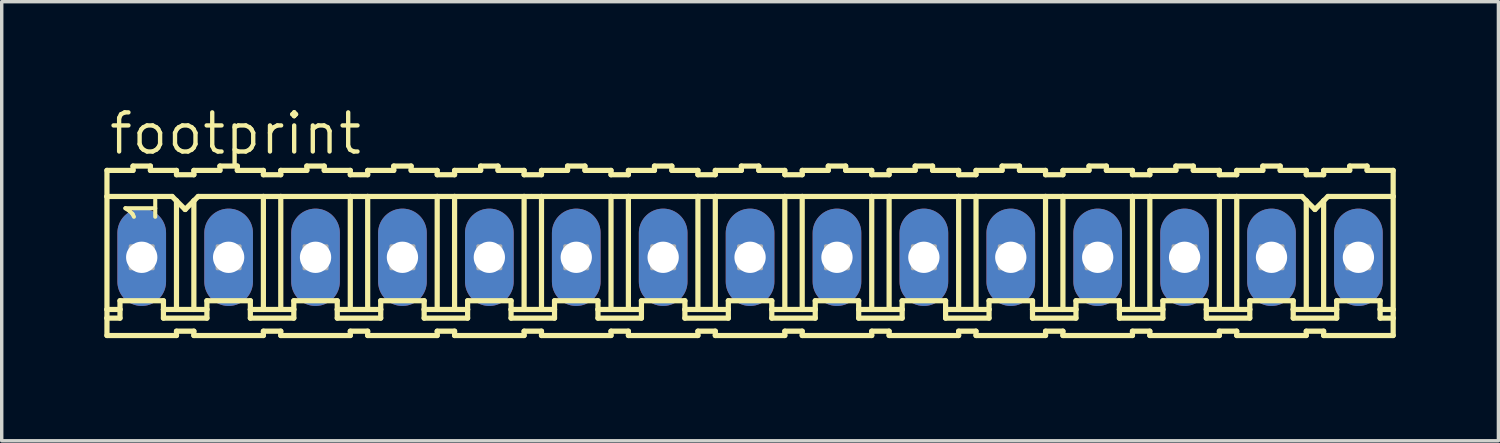
<source format=kicad_pcb>
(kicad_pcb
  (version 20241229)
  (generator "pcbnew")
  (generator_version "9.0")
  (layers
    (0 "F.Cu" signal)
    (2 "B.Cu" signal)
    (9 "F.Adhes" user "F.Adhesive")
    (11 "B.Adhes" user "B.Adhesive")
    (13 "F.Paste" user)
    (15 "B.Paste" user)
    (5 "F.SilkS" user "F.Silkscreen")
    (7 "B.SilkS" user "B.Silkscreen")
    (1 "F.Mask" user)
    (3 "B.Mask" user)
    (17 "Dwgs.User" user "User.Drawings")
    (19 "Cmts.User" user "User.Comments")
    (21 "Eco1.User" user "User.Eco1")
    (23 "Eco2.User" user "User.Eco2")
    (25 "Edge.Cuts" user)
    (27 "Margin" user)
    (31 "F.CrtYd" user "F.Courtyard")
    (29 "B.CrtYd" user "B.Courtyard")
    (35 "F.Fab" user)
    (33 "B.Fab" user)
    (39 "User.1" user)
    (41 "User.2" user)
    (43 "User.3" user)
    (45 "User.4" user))
  (footprint "footprint"
    (layer "F.Cu")
    (at 18.872 4.47)
    (property "Reference" "footprint" (at -18.796 -2.946 0) (layer "F.SilkS") (effects (font (size 1.143 1.143) (thickness 0.127)) (justify left bottom)))
    (fp_line (start -18.796 -2.54) (end -18.796 -1.778) (stroke (width 0.152) (type solid)) (layer "F.SilkS"))
    (fp_line (start -18.796 -2.54) (end -18.034 -2.54) (stroke (width 0.152) (type solid)) (layer "F.SilkS"))
    (fp_line (start -18.796 -1.778) (end -18.796 1.524) (stroke (width 0.152) (type solid)) (layer "F.SilkS"))
    (fp_line (start -18.796 1.524) (end -18.796 1.778) (stroke (width 0.152) (type solid)) (layer "F.SilkS"))
    (fp_line (start -18.796 1.778) (end -18.796 2.286) (stroke (width 0.152) (type solid)) (layer "F.SilkS"))
    (fp_line (start -18.796 1.778) (end -18.415 1.778) (stroke (width 0.152) (type solid)) (layer "F.SilkS"))
    (fp_line (start -18.415 1.27) (end -17.145 1.27) (stroke (width 0.152) (type solid)) (layer "F.SilkS"))
    (fp_line (start -18.415 1.524) (end -18.796 1.524) (stroke (width 0.152) (type solid)) (layer "F.SilkS"))
    (fp_line (start -18.415 1.524) (end -18.415 1.27) (stroke (width 0.152) (type solid)) (layer "F.SilkS"))
    (fp_line (start -18.415 1.778) (end -18.415 1.524) (stroke (width 0.152) (type solid)) (layer "F.SilkS"))
    (fp_line (start -18.034 -2.54) (end -18.034 -2.667) (stroke (width 0.152) (type solid)) (layer "F.SilkS"))
    (fp_line (start -17.526 -2.667) (end -18.034 -2.667) (stroke (width 0.152) (type solid)) (layer "F.SilkS"))
    (fp_line (start -17.526 -2.54) (end -17.526 -2.667) (stroke (width 0.152) (type solid)) (layer "F.SilkS"))
    (fp_line (start -17.145 1.524) (end -17.145 1.27) (stroke (width 0.152) (type solid)) (layer "F.SilkS"))
    (fp_line (start -17.145 1.524) (end -16.764 1.524) (stroke (width 0.152) (type solid)) (layer "F.SilkS"))
    (fp_line (start -17.145 1.778) (end -17.145 1.524) (stroke (width 0.152) (type solid)) (layer "F.SilkS"))
    (fp_line (start -16.891 -1.778) (end -18.796 -1.778) (stroke (width 0.152) (type solid)) (layer "F.SilkS"))
    (fp_line (start -16.891 -1.778) (end -16.764 -1.651) (stroke (width 0.152) (type solid)) (layer "F.SilkS"))
    (fp_line (start -16.764 -2.54) (end -17.526 -2.54) (stroke (width 0.152) (type solid)) (layer "F.SilkS"))
    (fp_line (start -16.764 -2.413) (end -16.764 -2.54) (stroke (width 0.152) (type solid)) (layer "F.SilkS"))
    (fp_line (start -16.764 -2.413) (end -16.256 -2.413) (stroke (width 0.152) (type solid)) (layer "F.SilkS"))
    (fp_line (start -16.764 -1.651) (end -16.764 1.524) (stroke (width 0.152) (type solid)) (layer "F.SilkS"))
    (fp_line (start -16.764 -1.651) (end -16.51 -1.397) (stroke (width 0.152) (type solid)) (layer "F.SilkS"))
    (fp_line (start -16.764 1.524) (end -16.256 1.524) (stroke (width 0.152) (type solid)) (layer "F.SilkS"))
    (fp_line (start -16.764 2.159) (end -16.764 2.286) (stroke (width 0.152) (type solid)) (layer "F.SilkS"))
    (fp_line (start -16.764 2.286) (end -18.796 2.286) (stroke (width 0.152) (type solid)) (layer "F.SilkS"))
    (fp_line (start -16.51 -1.397) (end -16.256 -1.651) (stroke (width 0.152) (type solid)) (layer "F.SilkS"))
    (fp_line (start -16.256 -2.54) (end -15.494 -2.54) (stroke (width 0.152) (type solid)) (layer "F.SilkS"))
    (fp_line (start -16.256 -2.413) (end -16.256 -2.54) (stroke (width 0.152) (type solid)) (layer "F.SilkS"))
    (fp_line (start -16.256 -1.651) (end -16.256 1.524) (stroke (width 0.152) (type solid)) (layer "F.SilkS"))
    (fp_line (start -16.256 -1.651) (end -16.129 -1.778) (stroke (width 0.152) (type solid)) (layer "F.SilkS"))
    (fp_line (start -16.256 1.524) (end -15.875 1.524) (stroke (width 0.152) (type solid)) (layer "F.SilkS"))
    (fp_line (start -16.256 2.159) (end -16.764 2.159) (stroke (width 0.152) (type solid)) (layer "F.SilkS"))
    (fp_line (start -16.256 2.159) (end -16.256 2.286) (stroke (width 0.152) (type solid)) (layer "F.SilkS"))
    (fp_line (start -16.256 2.286) (end -14.224 2.286) (stroke (width 0.152) (type solid)) (layer "F.SilkS"))
    (fp_line (start -16.129 -1.778) (end -14.224 -1.778) (stroke (width 0.152) (type solid)) (layer "F.SilkS"))
    (fp_line (start -15.875 1.27) (end -14.605 1.27) (stroke (width 0.152) (type solid)) (layer "F.SilkS"))
    (fp_line (start -15.875 1.524) (end -15.875 1.27) (stroke (width 0.152) (type solid)) (layer "F.SilkS"))
    (fp_line (start -15.875 1.778) (end -17.145 1.778) (stroke (width 0.152) (type solid)) (layer "F.SilkS"))
    (fp_line (start -15.875 1.778) (end -15.875 1.524) (stroke (width 0.152) (type solid)) (layer "F.SilkS"))
    (fp_line (start -15.494 -2.54) (end -15.494 -2.667) (stroke (width 0.152) (type solid)) (layer "F.SilkS"))
    (fp_line (start -14.986 -2.667) (end -15.494 -2.667) (stroke (width 0.152) (type solid)) (layer "F.SilkS"))
    (fp_line (start -14.986 -2.54) (end -14.986 -2.667) (stroke (width 0.152) (type solid)) (layer "F.SilkS"))
    (fp_line (start -14.986 -2.54) (end -14.224 -2.54) (stroke (width 0.152) (type solid)) (layer "F.SilkS"))
    (fp_line (start -14.605 1.524) (end -14.605 1.27) (stroke (width 0.152) (type solid)) (layer "F.SilkS"))
    (fp_line (start -14.605 1.524) (end -14.224 1.524) (stroke (width 0.152) (type solid)) (layer "F.SilkS"))
    (fp_line (start -14.605 1.778) (end -14.605 1.524) (stroke (width 0.152) (type solid)) (layer "F.SilkS"))
    (fp_line (start -14.605 1.778) (end -13.335 1.778) (stroke (width 0.152) (type solid)) (layer "F.SilkS"))
    (fp_line (start -14.224 -2.413) (end -14.224 -2.54) (stroke (width 0.152) (type solid)) (layer "F.SilkS"))
    (fp_line (start -14.224 -1.778) (end -14.224 1.524) (stroke (width 0.152) (type solid)) (layer "F.SilkS"))
    (fp_line (start -14.224 -1.778) (end -13.716 -1.778) (stroke (width 0.152) (type solid)) (layer "F.SilkS"))
    (fp_line (start -14.224 1.524) (end -13.716 1.524) (stroke (width 0.152) (type solid)) (layer "F.SilkS"))
    (fp_line (start -14.224 2.159) (end -14.224 2.286) (stroke (width 0.152) (type solid)) (layer "F.SilkS"))
    (fp_line (start -13.716 -2.54) (end -12.954 -2.54) (stroke (width 0.152) (type solid)) (layer "F.SilkS"))
    (fp_line (start -13.716 -2.413) (end -14.224 -2.413) (stroke (width 0.152) (type solid)) (layer "F.SilkS"))
    (fp_line (start -13.716 -2.413) (end -13.716 -2.54) (stroke (width 0.152) (type solid)) (layer "F.SilkS"))
    (fp_line (start -13.716 -1.778) (end -13.716 1.524) (stroke (width 0.152) (type solid)) (layer "F.SilkS"))
    (fp_line (start -13.716 -1.778) (end -11.684 -1.778) (stroke (width 0.152) (type solid)) (layer "F.SilkS"))
    (fp_line (start -13.716 1.524) (end -13.335 1.524) (stroke (width 0.152) (type solid)) (layer "F.SilkS"))
    (fp_line (start -13.716 2.159) (end -14.224 2.159) (stroke (width 0.152) (type solid)) (layer "F.SilkS"))
    (fp_line (start -13.716 2.159) (end -13.716 2.286) (stroke (width 0.152) (type solid)) (layer "F.SilkS"))
    (fp_line (start -13.335 1.27) (end -12.065 1.27) (stroke (width 0.152) (type solid)) (layer "F.SilkS"))
    (fp_line (start -13.335 1.524) (end -13.335 1.27) (stroke (width 0.152) (type solid)) (layer "F.SilkS"))
    (fp_line (start -13.335 1.778) (end -13.335 1.524) (stroke (width 0.152) (type solid)) (layer "F.SilkS"))
    (fp_line (start -12.954 -2.54) (end -12.954 -2.667) (stroke (width 0.152) (type solid)) (layer "F.SilkS"))
    (fp_line (start -12.446 -2.667) (end -12.954 -2.667) (stroke (width 0.152) (type solid)) (layer "F.SilkS"))
    (fp_line (start -12.446 -2.54) (end -12.446 -2.667) (stroke (width 0.152) (type solid)) (layer "F.SilkS"))
    (fp_line (start -12.446 -2.54) (end -11.684 -2.54) (stroke (width 0.152) (type solid)) (layer "F.SilkS"))
    (fp_line (start -12.065 1.524) (end -12.065 1.27) (stroke (width 0.152) (type solid)) (layer "F.SilkS"))
    (fp_line (start -12.065 1.524) (end -11.684 1.524) (stroke (width 0.152) (type solid)) (layer "F.SilkS"))
    (fp_line (start -12.065 1.778) (end -12.065 1.524) (stroke (width 0.152) (type solid)) (layer "F.SilkS"))
    (fp_line (start -11.684 -2.54) (end -11.684 -2.413) (stroke (width 0.152) (type solid)) (layer "F.SilkS"))
    (fp_line (start -11.684 -1.778) (end -11.684 1.524) (stroke (width 0.152) (type solid)) (layer "F.SilkS"))
    (fp_line (start -11.684 2.159) (end -11.684 2.286) (stroke (width 0.152) (type solid)) (layer "F.SilkS"))
    (fp_line (start -11.684 2.286) (end -13.716 2.286) (stroke (width 0.152) (type solid)) (layer "F.SilkS"))
    (fp_line (start -11.176 -2.54) (end -11.176 -2.413) (stroke (width 0.152) (type solid)) (layer "F.SilkS"))
    (fp_line (start -11.176 -2.54) (end -10.414 -2.54) (stroke (width 0.152) (type solid)) (layer "F.SilkS"))
    (fp_line (start -11.176 -2.413) (end -11.684 -2.413) (stroke (width 0.152) (type solid)) (layer "F.SilkS"))
    (fp_line (start -11.176 -1.778) (end -11.684 -1.778) (stroke (width 0.152) (type solid)) (layer "F.SilkS"))
    (fp_line (start -11.176 -1.778) (end -11.176 1.524) (stroke (width 0.152) (type solid)) (layer "F.SilkS"))
    (fp_line (start -11.176 -1.778) (end -9.144 -1.778) (stroke (width 0.152) (type solid)) (layer "F.SilkS"))
    (fp_line (start -11.176 1.524) (end -11.684 1.524) (stroke (width 0.152) (type solid)) (layer "F.SilkS"))
    (fp_line (start -11.176 2.159) (end -11.684 2.159) (stroke (width 0.152) (type solid)) (layer "F.SilkS"))
    (fp_line (start -11.176 2.159) (end -11.176 2.286) (stroke (width 0.152) (type solid)) (layer "F.SilkS"))
    (fp_line (start -10.795 1.27) (end -9.525 1.27) (stroke (width 0.152) (type solid)) (layer "F.SilkS"))
    (fp_line (start -10.795 1.524) (end -11.176 1.524) (stroke (width 0.152) (type solid)) (layer "F.SilkS"))
    (fp_line (start -10.795 1.524) (end -10.795 1.27) (stroke (width 0.152) (type solid)) (layer "F.SilkS"))
    (fp_line (start -10.795 1.778) (end -12.065 1.778) (stroke (width 0.152) (type solid)) (layer "F.SilkS"))
    (fp_line (start -10.795 1.778) (end -10.795 1.524) (stroke (width 0.152) (type solid)) (layer "F.SilkS"))
    (fp_line (start -10.414 -2.54) (end -10.414 -2.667) (stroke (width 0.152) (type solid)) (layer "F.SilkS"))
    (fp_line (start -9.906 -2.667) (end -10.414 -2.667) (stroke (width 0.152) (type solid)) (layer "F.SilkS"))
    (fp_line (start -9.906 -2.54) (end -9.906 -2.667) (stroke (width 0.152) (type solid)) (layer "F.SilkS"))
    (fp_line (start -9.525 1.524) (end -9.525 1.27) (stroke (width 0.152) (type solid)) (layer "F.SilkS"))
    (fp_line (start -9.525 1.524) (end -9.144 1.524) (stroke (width 0.152) (type solid)) (layer "F.SilkS"))
    (fp_line (start -9.525 1.778) (end -9.525 1.524) (stroke (width 0.152) (type solid)) (layer "F.SilkS"))
    (fp_line (start -9.144 -2.54) (end -9.906 -2.54) (stroke (width 0.152) (type solid)) (layer "F.SilkS"))
    (fp_line (start -9.144 -2.413) (end -9.144 -2.54) (stroke (width 0.152) (type solid)) (layer "F.SilkS"))
    (fp_line (start -9.144 -2.413) (end -8.636 -2.413) (stroke (width 0.152) (type solid)) (layer "F.SilkS"))
    (fp_line (start -9.144 -1.778) (end -9.144 1.524) (stroke (width 0.152) (type solid)) (layer "F.SilkS"))
    (fp_line (start -9.144 -1.778) (end -8.636 -1.778) (stroke (width 0.152) (type solid)) (layer "F.SilkS"))
    (fp_line (start -9.144 1.524) (end -8.636 1.524) (stroke (width 0.152) (type solid)) (layer "F.SilkS"))
    (fp_line (start -9.144 2.159) (end -9.144 2.286) (stroke (width 0.152) (type solid)) (layer "F.SilkS"))
    (fp_line (start -9.144 2.286) (end -11.176 2.286) (stroke (width 0.152) (type solid)) (layer "F.SilkS"))
    (fp_line (start -8.636 -2.54) (end -7.874 -2.54) (stroke (width 0.152) (type solid)) (layer "F.SilkS"))
    (fp_line (start -8.636 -2.413) (end -8.636 -2.54) (stroke (width 0.152) (type solid)) (layer "F.SilkS"))
    (fp_line (start -8.636 -1.778) (end -8.636 1.524) (stroke (width 0.152) (type solid)) (layer "F.SilkS"))
    (fp_line (start -8.636 -1.778) (end -6.604 -1.778) (stroke (width 0.152) (type solid)) (layer "F.SilkS"))
    (fp_line (start -8.636 1.524) (end -8.255 1.524) (stroke (width 0.152) (type solid)) (layer "F.SilkS"))
    (fp_line (start -8.636 2.159) (end -9.144 2.159) (stroke (width 0.152) (type solid)) (layer "F.SilkS"))
    (fp_line (start -8.636 2.159) (end -8.636 2.286) (stroke (width 0.152) (type solid)) (layer "F.SilkS"))
    (fp_line (start -8.255 1.27) (end -6.985 1.27) (stroke (width 0.152) (type solid)) (layer "F.SilkS"))
    (fp_line (start -8.255 1.524) (end -8.255 1.27) (stroke (width 0.152) (type solid)) (layer "F.SilkS"))
    (fp_line (start -8.255 1.778) (end -9.525 1.778) (stroke (width 0.152) (type solid)) (layer "F.SilkS"))
    (fp_line (start -8.255 1.778) (end -8.255 1.524) (stroke (width 0.152) (type solid)) (layer "F.SilkS"))
    (fp_line (start -7.874 -2.54) (end -7.874 -2.667) (stroke (width 0.152) (type solid)) (layer "F.SilkS"))
    (fp_line (start -7.366 -2.667) (end -7.874 -2.667) (stroke (width 0.152) (type solid)) (layer "F.SilkS"))
    (fp_line (start -7.366 -2.54) (end -7.366 -2.667) (stroke (width 0.152) (type solid)) (layer "F.SilkS"))
    (fp_line (start -6.985 1.524) (end -6.985 1.27) (stroke (width 0.152) (type solid)) (layer "F.SilkS"))
    (fp_line (start -6.985 1.524) (end -6.604 1.524) (stroke (width 0.152) (type solid)) (layer "F.SilkS"))
    (fp_line (start -6.985 1.778) (end -6.985 1.524) (stroke (width 0.152) (type solid)) (layer "F.SilkS"))
    (fp_line (start -6.604 -2.54) (end -7.366 -2.54) (stroke (width 0.152) (type solid)) (layer "F.SilkS"))
    (fp_line (start -6.604 -2.413) (end -6.604 -2.54) (stroke (width 0.152) (type solid)) (layer "F.SilkS"))
    (fp_line (start -6.604 -2.413) (end -6.096 -2.413) (stroke (width 0.152) (type solid)) (layer "F.SilkS"))
    (fp_line (start -6.604 -1.778) (end -6.604 1.524) (stroke (width 0.152) (type solid)) (layer "F.SilkS"))
    (fp_line (start -6.604 -1.778) (end -6.096 -1.778) (stroke (width 0.152) (type solid)) (layer "F.SilkS"))
    (fp_line (start -6.604 1.524) (end -6.096 1.524) (stroke (width 0.152) (type solid)) (layer "F.SilkS"))
    (fp_line (start -6.604 2.159) (end -6.604 2.286) (stroke (width 0.152) (type solid)) (layer "F.SilkS"))
    (fp_line (start -6.604 2.286) (end -8.636 2.286) (stroke (width 0.152) (type solid)) (layer "F.SilkS"))
    (fp_line (start -6.096 -2.54) (end -5.334 -2.54) (stroke (width 0.152) (type solid)) (layer "F.SilkS"))
    (fp_line (start -6.096 -2.413) (end -6.096 -2.54) (stroke (width 0.152) (type solid)) (layer "F.SilkS"))
    (fp_line (start -6.096 -1.778) (end -6.096 1.524) (stroke (width 0.152) (type solid)) (layer "F.SilkS"))
    (fp_line (start -6.096 -1.778) (end -4.064 -1.778) (stroke (width 0.152) (type solid)) (layer "F.SilkS"))
    (fp_line (start -6.096 1.524) (end -5.715 1.524) (stroke (width 0.152) (type solid)) (layer "F.SilkS"))
    (fp_line (start -6.096 2.159) (end -6.604 2.159) (stroke (width 0.152) (type solid)) (layer "F.SilkS"))
    (fp_line (start -6.096 2.159) (end -6.096 2.286) (stroke (width 0.152) (type solid)) (layer "F.SilkS"))
    (fp_line (start -5.715 1.27) (end -4.445 1.27) (stroke (width 0.152) (type solid)) (layer "F.SilkS"))
    (fp_line (start -5.715 1.524) (end -5.715 1.27) (stroke (width 0.152) (type solid)) (layer "F.SilkS"))
    (fp_line (start -5.715 1.778) (end -6.985 1.778) (stroke (width 0.152) (type solid)) (layer "F.SilkS"))
    (fp_line (start -5.715 1.778) (end -5.715 1.524) (stroke (width 0.152) (type solid)) (layer "F.SilkS"))
    (fp_line (start -5.334 -2.54) (end -5.334 -2.667) (stroke (width 0.152) (type solid)) (layer "F.SilkS"))
    (fp_line (start -4.826 -2.667) (end -5.334 -2.667) (stroke (width 0.152) (type solid)) (layer "F.SilkS"))
    (fp_line (start -4.826 -2.54) (end -4.826 -2.667) (stroke (width 0.152) (type solid)) (layer "F.SilkS"))
    (fp_line (start -4.445 1.524) (end -4.445 1.27) (stroke (width 0.152) (type solid)) (layer "F.SilkS"))
    (fp_line (start -4.445 1.524) (end -4.064 1.524) (stroke (width 0.152) (type solid)) (layer "F.SilkS"))
    (fp_line (start -4.445 1.778) (end -4.445 1.524) (stroke (width 0.152) (type solid)) (layer "F.SilkS"))
    (fp_line (start -4.064 -2.54) (end -4.826 -2.54) (stroke (width 0.152) (type solid)) (layer "F.SilkS"))
    (fp_line (start -4.064 -2.413) (end -4.064 -2.54) (stroke (width 0.152) (type solid)) (layer "F.SilkS"))
    (fp_line (start -4.064 -2.413) (end -3.556 -2.413) (stroke (width 0.152) (type solid)) (layer "F.SilkS"))
    (fp_line (start -4.064 -1.778) (end -4.064 1.524) (stroke (width 0.152) (type solid)) (layer "F.SilkS"))
    (fp_line (start -4.064 -1.778) (end -3.556 -1.778) (stroke (width 0.152) (type solid)) (layer "F.SilkS"))
    (fp_line (start -4.064 1.524) (end -3.556 1.524) (stroke (width 0.152) (type solid)) (layer "F.SilkS"))
    (fp_line (start -4.064 2.159) (end -4.064 2.286) (stroke (width 0.152) (type solid)) (layer "F.SilkS"))
    (fp_line (start -4.064 2.286) (end -6.096 2.286) (stroke (width 0.152) (type solid)) (layer "F.SilkS"))
    (fp_line (start -3.556 -2.54) (end -2.794 -2.54) (stroke (width 0.152) (type solid)) (layer "F.SilkS"))
    (fp_line (start -3.556 -2.413) (end -3.556 -2.54) (stroke (width 0.152) (type solid)) (layer "F.SilkS"))
    (fp_line (start -3.556 -1.778) (end -3.556 1.524) (stroke (width 0.152) (type solid)) (layer "F.SilkS"))
    (fp_line (start -3.556 -1.778) (end -1.524 -1.778) (stroke (width 0.152) (type solid)) (layer "F.SilkS"))
    (fp_line (start -3.556 1.524) (end -3.175 1.524) (stroke (width 0.152) (type solid)) (layer "F.SilkS"))
    (fp_line (start -3.556 2.159) (end -4.064 2.159) (stroke (width 0.152) (type solid)) (layer "F.SilkS"))
    (fp_line (start -3.556 2.159) (end -3.556 2.286) (stroke (width 0.152) (type solid)) (layer "F.SilkS"))
    (fp_line (start -3.175 1.27) (end -1.905 1.27) (stroke (width 0.152) (type solid)) (layer "F.SilkS"))
    (fp_line (start -3.175 1.524) (end -3.175 1.27) (stroke (width 0.152) (type solid)) (layer "F.SilkS"))
    (fp_line (start -3.175 1.778) (end -4.445 1.778) (stroke (width 0.152) (type solid)) (layer "F.SilkS"))
    (fp_line (start -3.175 1.778) (end -3.175 1.524) (stroke (width 0.152) (type solid)) (layer "F.SilkS"))
    (fp_line (start -2.794 -2.54) (end -2.794 -2.667) (stroke (width 0.152) (type solid)) (layer "F.SilkS"))
    (fp_line (start -2.286 -2.667) (end -2.794 -2.667) (stroke (width 0.152) (type solid)) (layer "F.SilkS"))
    (fp_line (start -2.286 -2.54) (end -2.286 -2.667) (stroke (width 0.152) (type solid)) (layer "F.SilkS"))
    (fp_line (start -1.905 1.524) (end -1.905 1.27) (stroke (width 0.152) (type solid)) (layer "F.SilkS"))
    (fp_line (start -1.905 1.524) (end -1.524 1.524) (stroke (width 0.152) (type solid)) (layer "F.SilkS"))
    (fp_line (start -1.905 1.778) (end -1.905 1.524) (stroke (width 0.152) (type solid)) (layer "F.SilkS"))
    (fp_line (start -1.524 -2.54) (end -2.286 -2.54) (stroke (width 0.152) (type solid)) (layer "F.SilkS"))
    (fp_line (start -1.524 -2.413) (end -1.524 -2.54) (stroke (width 0.152) (type solid)) (layer "F.SilkS"))
    (fp_line (start -1.524 -2.413) (end -1.016 -2.413) (stroke (width 0.152) (type solid)) (layer "F.SilkS"))
    (fp_line (start -1.524 -1.778) (end -1.524 1.524) (stroke (width 0.152) (type solid)) (layer "F.SilkS"))
    (fp_line (start -1.524 -1.778) (end -1.016 -1.778) (stroke (width 0.152) (type solid)) (layer "F.SilkS"))
    (fp_line (start -1.524 1.524) (end -1.016 1.524) (stroke (width 0.152) (type solid)) (layer "F.SilkS"))
    (fp_line (start -1.524 2.159) (end -1.524 2.286) (stroke (width 0.152) (type solid)) (layer "F.SilkS"))
    (fp_line (start -1.524 2.286) (end -3.556 2.286) (stroke (width 0.152) (type solid)) (layer "F.SilkS"))
    (fp_line (start -1.016 -2.54) (end -0.254 -2.54) (stroke (width 0.152) (type solid)) (layer "F.SilkS"))
    (fp_line (start -1.016 -2.413) (end -1.016 -2.54) (stroke (width 0.152) (type solid)) (layer "F.SilkS"))
    (fp_line (start -1.016 -1.778) (end -1.016 1.524) (stroke (width 0.152) (type solid)) (layer "F.SilkS"))
    (fp_line (start -1.016 -1.778) (end 1.016 -1.778) (stroke (width 0.152) (type solid)) (layer "F.SilkS"))
    (fp_line (start -1.016 1.524) (end -0.635 1.524) (stroke (width 0.152) (type solid)) (layer "F.SilkS"))
    (fp_line (start -1.016 2.159) (end -1.524 2.159) (stroke (width 0.152) (type solid)) (layer "F.SilkS"))
    (fp_line (start -1.016 2.159) (end -1.016 2.286) (stroke (width 0.152) (type solid)) (layer "F.SilkS"))
    (fp_line (start -0.635 1.27) (end 0.635 1.27) (stroke (width 0.152) (type solid)) (layer "F.SilkS"))
    (fp_line (start -0.635 1.524) (end -0.635 1.27) (stroke (width 0.152) (type solid)) (layer "F.SilkS"))
    (fp_line (start -0.635 1.778) (end -1.905 1.778) (stroke (width 0.152) (type solid)) (layer "F.SilkS"))
    (fp_line (start -0.635 1.778) (end -0.635 1.524) (stroke (width 0.152) (type solid)) (layer "F.SilkS"))
    (fp_line (start -0.254 -2.54) (end -0.254 -2.667) (stroke (width 0.152) (type solid)) (layer "F.SilkS"))
    (fp_line (start 0.254 -2.667) (end -0.254 -2.667) (stroke (width 0.152) (type solid)) (layer "F.SilkS"))
    (fp_line (start 0.254 -2.54) (end 0.254 -2.667) (stroke (width 0.152) (type solid)) (layer "F.SilkS"))
    (fp_line (start 0.635 1.524) (end 0.635 1.27) (stroke (width 0.152) (type solid)) (layer "F.SilkS"))
    (fp_line (start 0.635 1.524) (end 1.016 1.524) (stroke (width 0.152) (type solid)) (layer "F.SilkS"))
    (fp_line (start 0.635 1.778) (end 0.635 1.524) (stroke (width 0.152) (type solid)) (layer "F.SilkS"))
    (fp_line (start 1.016 -2.54) (end 0.254 -2.54) (stroke (width 0.152) (type solid)) (layer "F.SilkS"))
    (fp_line (start 1.016 -2.413) (end 1.016 -2.54) (stroke (width 0.152) (type solid)) (layer "F.SilkS"))
    (fp_line (start 1.016 -2.413) (end 1.524 -2.413) (stroke (width 0.152) (type solid)) (layer "F.SilkS"))
    (fp_line (start 1.016 -1.778) (end 1.016 1.524) (stroke (width 0.152) (type solid)) (layer "F.SilkS"))
    (fp_line (start 1.016 -1.778) (end 1.524 -1.778) (stroke (width 0.152) (type solid)) (layer "F.SilkS"))
    (fp_line (start 1.016 1.524) (end 1.524 1.524) (stroke (width 0.152) (type solid)) (layer "F.SilkS"))
    (fp_line (start 1.016 2.159) (end 1.016 2.286) (stroke (width 0.152) (type solid)) (layer "F.SilkS"))
    (fp_line (start 1.016 2.286) (end -1.016 2.286) (stroke (width 0.152) (type solid)) (layer "F.SilkS"))
    (fp_line (start 1.524 -2.54) (end 2.286 -2.54) (stroke (width 0.152) (type solid)) (layer "F.SilkS"))
    (fp_line (start 1.524 -2.413) (end 1.524 -2.54) (stroke (width 0.152) (type solid)) (layer "F.SilkS"))
    (fp_line (start 1.524 -1.778) (end 1.524 1.524) (stroke (width 0.152) (type solid)) (layer "F.SilkS"))
    (fp_line (start 1.524 -1.778) (end 3.556 -1.778) (stroke (width 0.152) (type solid)) (layer "F.SilkS"))
    (fp_line (start 1.524 1.524) (end 1.905 1.524) (stroke (width 0.152) (type solid)) (layer "F.SilkS"))
    (fp_line (start 1.524 2.159) (end 1.016 2.159) (stroke (width 0.152) (type solid)) (layer "F.SilkS"))
    (fp_line (start 1.524 2.159) (end 1.524 2.286) (stroke (width 0.152) (type solid)) (layer "F.SilkS"))
    (fp_line (start 1.905 1.27) (end 3.175 1.27) (stroke (width 0.152) (type solid)) (layer "F.SilkS"))
    (fp_line (start 1.905 1.524) (end 1.905 1.27) (stroke (width 0.152) (type solid)) (layer "F.SilkS"))
    (fp_line (start 1.905 1.778) (end 0.635 1.778) (stroke (width 0.152) (type solid)) (layer "F.SilkS"))
    (fp_line (start 1.905 1.778) (end 1.905 1.524) (stroke (width 0.152) (type solid)) (layer "F.SilkS"))
    (fp_line (start 2.286 -2.54) (end 2.286 -2.667) (stroke (width 0.152) (type solid)) (layer "F.SilkS"))
    (fp_line (start 2.794 -2.667) (end 2.286 -2.667) (stroke (width 0.152) (type solid)) (layer "F.SilkS"))
    (fp_line (start 2.794 -2.54) (end 2.794 -2.667) (stroke (width 0.152) (type solid)) (layer "F.SilkS"))
    (fp_line (start 3.175 1.524) (end 3.175 1.27) (stroke (width 0.152) (type solid)) (layer "F.SilkS"))
    (fp_line (start 3.175 1.524) (end 3.556 1.524) (stroke (width 0.152) (type solid)) (layer "F.SilkS"))
    (fp_line (start 3.175 1.778) (end 3.175 1.524) (stroke (width 0.152) (type solid)) (layer "F.SilkS"))
    (fp_line (start 3.556 -2.54) (end 2.794 -2.54) (stroke (width 0.152) (type solid)) (layer "F.SilkS"))
    (fp_line (start 3.556 -2.413) (end 3.556 -2.54) (stroke (width 0.152) (type solid)) (layer "F.SilkS"))
    (fp_line (start 3.556 -2.413) (end 4.064 -2.413) (stroke (width 0.152) (type solid)) (layer "F.SilkS"))
    (fp_line (start 3.556 -1.778) (end 3.556 1.524) (stroke (width 0.152) (type solid)) (layer "F.SilkS"))
    (fp_line (start 3.556 -1.778) (end 4.064 -1.778) (stroke (width 0.152) (type solid)) (layer "F.SilkS"))
    (fp_line (start 3.556 1.524) (end 4.064 1.524) (stroke (width 0.152) (type solid)) (layer "F.SilkS"))
    (fp_line (start 3.556 2.159) (end 3.556 2.286) (stroke (width 0.152) (type solid)) (layer "F.SilkS"))
    (fp_line (start 3.556 2.286) (end 1.524 2.286) (stroke (width 0.152) (type solid)) (layer "F.SilkS"))
    (fp_line (start 4.064 -2.54) (end 4.826 -2.54) (stroke (width 0.152) (type solid)) (layer "F.SilkS"))
    (fp_line (start 4.064 -2.413) (end 4.064 -2.54) (stroke (width 0.152) (type solid)) (layer "F.SilkS"))
    (fp_line (start 4.064 -1.778) (end 4.064 1.524) (stroke (width 0.152) (type solid)) (layer "F.SilkS"))
    (fp_line (start 4.064 -1.778) (end 6.096 -1.778) (stroke (width 0.152) (type solid)) (layer "F.SilkS"))
    (fp_line (start 4.064 1.524) (end 4.445 1.524) (stroke (width 0.152) (type solid)) (layer "F.SilkS"))
    (fp_line (start 4.064 2.159) (end 3.556 2.159) (stroke (width 0.152) (type solid)) (layer "F.SilkS"))
    (fp_line (start 4.064 2.159) (end 4.064 2.286) (stroke (width 0.152) (type solid)) (layer "F.SilkS"))
    (fp_line (start 4.445 1.27) (end 5.715 1.27) (stroke (width 0.152) (type solid)) (layer "F.SilkS"))
    (fp_line (start 4.445 1.524) (end 4.445 1.27) (stroke (width 0.152) (type solid)) (layer "F.SilkS"))
    (fp_line (start 4.445 1.778) (end 3.175 1.778) (stroke (width 0.152) (type solid)) (layer "F.SilkS"))
    (fp_line (start 4.445 1.778) (end 4.445 1.524) (stroke (width 0.152) (type solid)) (layer "F.SilkS"))
    (fp_line (start 4.826 -2.54) (end 4.826 -2.667) (stroke (width 0.152) (type solid)) (layer "F.SilkS"))
    (fp_line (start 5.334 -2.667) (end 4.826 -2.667) (stroke (width 0.152) (type solid)) (layer "F.SilkS"))
    (fp_line (start 5.334 -2.54) (end 5.334 -2.667) (stroke (width 0.152) (type solid)) (layer "F.SilkS"))
    (fp_line (start 5.715 1.524) (end 5.715 1.27) (stroke (width 0.152) (type solid)) (layer "F.SilkS"))
    (fp_line (start 5.715 1.524) (end 6.096 1.524) (stroke (width 0.152) (type solid)) (layer "F.SilkS"))
    (fp_line (start 5.715 1.778) (end 5.715 1.524) (stroke (width 0.152) (type solid)) (layer "F.SilkS"))
    (fp_line (start 6.096 -2.54) (end 5.334 -2.54) (stroke (width 0.152) (type solid)) (layer "F.SilkS"))
    (fp_line (start 6.096 -2.413) (end 6.096 -2.54) (stroke (width 0.152) (type solid)) (layer "F.SilkS"))
    (fp_line (start 6.096 -2.413) (end 6.604 -2.413) (stroke (width 0.152) (type solid)) (layer "F.SilkS"))
    (fp_line (start 6.096 -1.778) (end 6.096 1.524) (stroke (width 0.152) (type solid)) (layer "F.SilkS"))
    (fp_line (start 6.096 -1.778) (end 6.604 -1.778) (stroke (width 0.152) (type solid)) (layer "F.SilkS"))
    (fp_line (start 6.096 1.524) (end 6.604 1.524) (stroke (width 0.152) (type solid)) (layer "F.SilkS"))
    (fp_line (start 6.096 2.159) (end 6.096 2.286) (stroke (width 0.152) (type solid)) (layer "F.SilkS"))
    (fp_line (start 6.096 2.286) (end 4.064 2.286) (stroke (width 0.152) (type solid)) (layer "F.SilkS"))
    (fp_line (start 6.604 -2.54) (end 7.366 -2.54) (stroke (width 0.152) (type solid)) (layer "F.SilkS"))
    (fp_line (start 6.604 -2.413) (end 6.604 -2.54) (stroke (width 0.152) (type solid)) (layer "F.SilkS"))
    (fp_line (start 6.604 -1.778) (end 6.604 1.524) (stroke (width 0.152) (type solid)) (layer "F.SilkS"))
    (fp_line (start 6.604 -1.778) (end 8.636 -1.778) (stroke (width 0.152) (type solid)) (layer "F.SilkS"))
    (fp_line (start 6.604 1.524) (end 6.985 1.524) (stroke (width 0.152) (type solid)) (layer "F.SilkS"))
    (fp_line (start 6.604 2.159) (end 6.096 2.159) (stroke (width 0.152) (type solid)) (layer "F.SilkS"))
    (fp_line (start 6.604 2.159) (end 6.604 2.286) (stroke (width 0.152) (type solid)) (layer "F.SilkS"))
    (fp_line (start 6.985 1.27) (end 8.255 1.27) (stroke (width 0.152) (type solid)) (layer "F.SilkS"))
    (fp_line (start 6.985 1.524) (end 6.985 1.27) (stroke (width 0.152) (type solid)) (layer "F.SilkS"))
    (fp_line (start 6.985 1.778) (end 5.715 1.778) (stroke (width 0.152) (type solid)) (layer "F.SilkS"))
    (fp_line (start 6.985 1.778) (end 6.985 1.524) (stroke (width 0.152) (type solid)) (layer "F.SilkS"))
    (fp_line (start 7.366 -2.54) (end 7.366 -2.667) (stroke (width 0.152) (type solid)) (layer "F.SilkS"))
    (fp_line (start 7.874 -2.667) (end 7.366 -2.667) (stroke (width 0.152) (type solid)) (layer "F.SilkS"))
    (fp_line (start 7.874 -2.54) (end 7.874 -2.667) (stroke (width 0.152) (type solid)) (layer "F.SilkS"))
    (fp_line (start 8.255 1.524) (end 8.255 1.27) (stroke (width 0.152) (type solid)) (layer "F.SilkS"))
    (fp_line (start 8.255 1.524) (end 8.636 1.524) (stroke (width 0.152) (type solid)) (layer "F.SilkS"))
    (fp_line (start 8.255 1.778) (end 8.255 1.524) (stroke (width 0.152) (type solid)) (layer "F.SilkS"))
    (fp_line (start 8.636 -2.54) (end 7.874 -2.54) (stroke (width 0.152) (type solid)) (layer "F.SilkS"))
    (fp_line (start 8.636 -2.413) (end 8.636 -2.54) (stroke (width 0.152) (type solid)) (layer "F.SilkS"))
    (fp_line (start 8.636 -2.413) (end 9.144 -2.413) (stroke (width 0.152) (type solid)) (layer "F.SilkS"))
    (fp_line (start 8.636 -1.778) (end 8.636 1.524) (stroke (width 0.152) (type solid)) (layer "F.SilkS"))
    (fp_line (start 8.636 -1.778) (end 9.144 -1.778) (stroke (width 0.152) (type solid)) (layer "F.SilkS"))
    (fp_line (start 8.636 1.524) (end 9.144 1.524) (stroke (width 0.152) (type solid)) (layer "F.SilkS"))
    (fp_line (start 8.636 2.159) (end 8.636 2.286) (stroke (width 0.152) (type solid)) (layer "F.SilkS"))
    (fp_line (start 8.636 2.286) (end 6.604 2.286) (stroke (width 0.152) (type solid)) (layer "F.SilkS"))
    (fp_line (start 9.144 -2.54) (end 9.906 -2.54) (stroke (width 0.152) (type solid)) (layer "F.SilkS"))
    (fp_line (start 9.144 -2.413) (end 9.144 -2.54) (stroke (width 0.152) (type solid)) (layer "F.SilkS"))
    (fp_line (start 9.144 -1.778) (end 9.144 1.524) (stroke (width 0.152) (type solid)) (layer "F.SilkS"))
    (fp_line (start 9.144 -1.778) (end 11.176 -1.778) (stroke (width 0.152) (type solid)) (layer "F.SilkS"))
    (fp_line (start 9.144 1.524) (end 9.525 1.524) (stroke (width 0.152) (type solid)) (layer "F.SilkS"))
    (fp_line (start 9.144 2.159) (end 8.636 2.159) (stroke (width 0.152) (type solid)) (layer "F.SilkS"))
    (fp_line (start 9.144 2.159) (end 9.144 2.286) (stroke (width 0.152) (type solid)) (layer "F.SilkS"))
    (fp_line (start 9.525 1.27) (end 10.795 1.27) (stroke (width 0.152) (type solid)) (layer "F.SilkS"))
    (fp_line (start 9.525 1.524) (end 9.525 1.27) (stroke (width 0.152) (type solid)) (layer "F.SilkS"))
    (fp_line (start 9.525 1.778) (end 8.255 1.778) (stroke (width 0.152) (type solid)) (layer "F.SilkS"))
    (fp_line (start 9.525 1.778) (end 9.525 1.524) (stroke (width 0.152) (type solid)) (layer "F.SilkS"))
    (fp_line (start 9.906 -2.54) (end 9.906 -2.667) (stroke (width 0.152) (type solid)) (layer "F.SilkS"))
    (fp_line (start 10.414 -2.667) (end 9.906 -2.667) (stroke (width 0.152) (type solid)) (layer "F.SilkS"))
    (fp_line (start 10.414 -2.54) (end 10.414 -2.667) (stroke (width 0.152) (type solid)) (layer "F.SilkS"))
    (fp_line (start 10.795 1.524) (end 10.795 1.27) (stroke (width 0.152) (type solid)) (layer "F.SilkS"))
    (fp_line (start 10.795 1.524) (end 11.176 1.524) (stroke (width 0.152) (type solid)) (layer "F.SilkS"))
    (fp_line (start 10.795 1.778) (end 10.795 1.524) (stroke (width 0.152) (type solid)) (layer "F.SilkS"))
    (fp_line (start 11.176 -2.54) (end 10.414 -2.54) (stroke (width 0.152) (type solid)) (layer "F.SilkS"))
    (fp_line (start 11.176 -2.413) (end 11.176 -2.54) (stroke (width 0.152) (type solid)) (layer "F.SilkS"))
    (fp_line (start 11.176 -2.413) (end 11.684 -2.413) (stroke (width 0.152) (type solid)) (layer "F.SilkS"))
    (fp_line (start 11.176 -1.778) (end 11.176 1.524) (stroke (width 0.152) (type solid)) (layer "F.SilkS"))
    (fp_line (start 11.176 -1.778) (end 11.684 -1.778) (stroke (width 0.152) (type solid)) (layer "F.SilkS"))
    (fp_line (start 11.176 1.524) (end 11.684 1.524) (stroke (width 0.152) (type solid)) (layer "F.SilkS"))
    (fp_line (start 11.176 2.159) (end 11.176 2.286) (stroke (width 0.152) (type solid)) (layer "F.SilkS"))
    (fp_line (start 11.176 2.286) (end 9.144 2.286) (stroke (width 0.152) (type solid)) (layer "F.SilkS"))
    (fp_line (start 11.684 -2.54) (end 12.446 -2.54) (stroke (width 0.152) (type solid)) (layer "F.SilkS"))
    (fp_line (start 11.684 -2.413) (end 11.684 -2.54) (stroke (width 0.152) (type solid)) (layer "F.SilkS"))
    (fp_line (start 11.684 -1.778) (end 11.684 1.524) (stroke (width 0.152) (type solid)) (layer "F.SilkS"))
    (fp_line (start 11.684 -1.778) (end 13.716 -1.778) (stroke (width 0.152) (type solid)) (layer "F.SilkS"))
    (fp_line (start 11.684 1.524) (end 12.065 1.524) (stroke (width 0.152) (type solid)) (layer "F.SilkS"))
    (fp_line (start 11.684 2.159) (end 11.176 2.159) (stroke (width 0.152) (type solid)) (layer "F.SilkS"))
    (fp_line (start 11.684 2.159) (end 11.684 2.286) (stroke (width 0.152) (type solid)) (layer "F.SilkS"))
    (fp_line (start 12.065 1.27) (end 13.335 1.27) (stroke (width 0.152) (type solid)) (layer "F.SilkS"))
    (fp_line (start 12.065 1.524) (end 12.065 1.27) (stroke (width 0.152) (type solid)) (layer "F.SilkS"))
    (fp_line (start 12.065 1.778) (end 10.795 1.778) (stroke (width 0.152) (type solid)) (layer "F.SilkS"))
    (fp_line (start 12.065 1.778) (end 12.065 1.524) (stroke (width 0.152) (type solid)) (layer "F.SilkS"))
    (fp_line (start 12.446 -2.54) (end 12.446 -2.667) (stroke (width 0.152) (type solid)) (layer "F.SilkS"))
    (fp_line (start 12.954 -2.667) (end 12.446 -2.667) (stroke (width 0.152) (type solid)) (layer "F.SilkS"))
    (fp_line (start 12.954 -2.54) (end 12.954 -2.667) (stroke (width 0.152) (type solid)) (layer "F.SilkS"))
    (fp_line (start 13.335 1.524) (end 13.335 1.27) (stroke (width 0.152) (type solid)) (layer "F.SilkS"))
    (fp_line (start 13.335 1.524) (end 13.716 1.524) (stroke (width 0.152) (type solid)) (layer "F.SilkS"))
    (fp_line (start 13.335 1.778) (end 13.335 1.524) (stroke (width 0.152) (type solid)) (layer "F.SilkS"))
    (fp_line (start 13.716 -2.54) (end 12.954 -2.54) (stroke (width 0.152) (type solid)) (layer "F.SilkS"))
    (fp_line (start 13.716 -2.413) (end 13.716 -2.54) (stroke (width 0.152) (type solid)) (layer "F.SilkS"))
    (fp_line (start 13.716 -2.413) (end 14.224 -2.413) (stroke (width 0.152) (type solid)) (layer "F.SilkS"))
    (fp_line (start 13.716 -1.778) (end 13.716 1.524) (stroke (width 0.152) (type solid)) (layer "F.SilkS"))
    (fp_line (start 13.716 -1.778) (end 14.224 -1.778) (stroke (width 0.152) (type solid)) (layer "F.SilkS"))
    (fp_line (start 13.716 1.524) (end 14.224 1.524) (stroke (width 0.152) (type solid)) (layer "F.SilkS"))
    (fp_line (start 13.716 2.159) (end 13.716 2.286) (stroke (width 0.152) (type solid)) (layer "F.SilkS"))
    (fp_line (start 13.716 2.286) (end 11.684 2.286) (stroke (width 0.152) (type solid)) (layer "F.SilkS"))
    (fp_line (start 14.224 -2.54) (end 14.986 -2.54) (stroke (width 0.152) (type solid)) (layer "F.SilkS"))
    (fp_line (start 14.224 -2.413) (end 14.224 -2.54) (stroke (width 0.152) (type solid)) (layer "F.SilkS"))
    (fp_line (start 14.224 -1.778) (end 14.224 1.524) (stroke (width 0.152) (type solid)) (layer "F.SilkS"))
    (fp_line (start 14.224 -1.778) (end 16.129 -1.778) (stroke (width 0.152) (type solid)) (layer "F.SilkS"))
    (fp_line (start 14.224 1.524) (end 14.605 1.524) (stroke (width 0.152) (type solid)) (layer "F.SilkS"))
    (fp_line (start 14.224 2.159) (end 13.716 2.159) (stroke (width 0.152) (type solid)) (layer "F.SilkS"))
    (fp_line (start 14.224 2.159) (end 14.224 2.286) (stroke (width 0.152) (type solid)) (layer "F.SilkS"))
    (fp_line (start 14.605 1.27) (end 15.875 1.27) (stroke (width 0.152) (type solid)) (layer "F.SilkS"))
    (fp_line (start 14.605 1.524) (end 14.605 1.27) (stroke (width 0.152) (type solid)) (layer "F.SilkS"))
    (fp_line (start 14.605 1.778) (end 13.335 1.778) (stroke (width 0.152) (type solid)) (layer "F.SilkS"))
    (fp_line (start 14.605 1.778) (end 14.605 1.524) (stroke (width 0.152) (type solid)) (layer "F.SilkS"))
    (fp_line (start 14.986 -2.54) (end 14.986 -2.667) (stroke (width 0.152) (type solid)) (layer "F.SilkS"))
    (fp_line (start 15.494 -2.667) (end 14.986 -2.667) (stroke (width 0.152) (type solid)) (layer "F.SilkS"))
    (fp_line (start 15.494 -2.54) (end 15.494 -2.667) (stroke (width 0.152) (type solid)) (layer "F.SilkS"))
    (fp_line (start 15.494 -2.54) (end 16.256 -2.54) (stroke (width 0.152) (type solid)) (layer "F.SilkS"))
    (fp_line (start 15.875 1.524) (end 15.875 1.27) (stroke (width 0.152) (type solid)) (layer "F.SilkS"))
    (fp_line (start 15.875 1.524) (end 16.256 1.524) (stroke (width 0.152) (type solid)) (layer "F.SilkS"))
    (fp_line (start 15.875 1.778) (end 15.875 1.524) (stroke (width 0.152) (type solid)) (layer "F.SilkS"))
    (fp_line (start 15.875 1.778) (end 17.145 1.778) (stroke (width 0.152) (type solid)) (layer "F.SilkS"))
    (fp_line (start 16.129 -1.778) (end 16.256 -1.651) (stroke (width 0.152) (type solid)) (layer "F.SilkS"))
    (fp_line (start 16.256 -2.413) (end 16.256 -2.54) (stroke (width 0.152) (type solid)) (layer "F.SilkS"))
    (fp_line (start 16.256 -1.651) (end 16.256 1.524) (stroke (width 0.152) (type solid)) (layer "F.SilkS"))
    (fp_line (start 16.256 -1.651) (end 16.51 -1.397) (stroke (width 0.152) (type solid)) (layer "F.SilkS"))
    (fp_line (start 16.256 1.524) (end 16.764 1.524) (stroke (width 0.152) (type solid)) (layer "F.SilkS"))
    (fp_line (start 16.256 2.159) (end 16.256 2.286) (stroke (width 0.152) (type solid)) (layer "F.SilkS"))
    (fp_line (start 16.256 2.286) (end 14.224 2.286) (stroke (width 0.152) (type solid)) (layer "F.SilkS"))
    (fp_line (start 16.51 -1.397) (end 16.764 -1.651) (stroke (width 0.152) (type solid)) (layer "F.SilkS"))
    (fp_line (start 16.764 -2.54) (end 17.526 -2.54) (stroke (width 0.152) (type solid)) (layer "F.SilkS"))
    (fp_line (start 16.764 -2.413) (end 16.256 -2.413) (stroke (width 0.152) (type solid)) (layer "F.SilkS"))
    (fp_line (start 16.764 -2.413) (end 16.764 -2.54) (stroke (width 0.152) (type solid)) (layer "F.SilkS"))
    (fp_line (start 16.764 -1.651) (end 16.764 1.524) (stroke (width 0.152) (type solid)) (layer "F.SilkS"))
    (fp_line (start 16.764 -1.651) (end 16.891 -1.778) (stroke (width 0.152) (type solid)) (layer "F.SilkS"))
    (fp_line (start 16.764 1.524) (end 17.145 1.524) (stroke (width 0.152) (type solid)) (layer "F.SilkS"))
    (fp_line (start 16.764 2.159) (end 16.256 2.159) (stroke (width 0.152) (type solid)) (layer "F.SilkS"))
    (fp_line (start 16.764 2.159) (end 16.764 2.286) (stroke (width 0.152) (type solid)) (layer "F.SilkS"))
    (fp_line (start 16.891 -1.778) (end 18.796 -1.778) (stroke (width 0.152) (type solid)) (layer "F.SilkS"))
    (fp_line (start 17.145 1.27) (end 18.415 1.27) (stroke (width 0.152) (type solid)) (layer "F.SilkS"))
    (fp_line (start 17.145 1.524) (end 17.145 1.27) (stroke (width 0.152) (type solid)) (layer "F.SilkS"))
    (fp_line (start 17.145 1.778) (end 17.145 1.524) (stroke (width 0.152) (type solid)) (layer "F.SilkS"))
    (fp_line (start 17.526 -2.54) (end 17.526 -2.667) (stroke (width 0.152) (type solid)) (layer "F.SilkS"))
    (fp_line (start 18.034 -2.667) (end 17.526 -2.667) (stroke (width 0.152) (type solid)) (layer "F.SilkS"))
    (fp_line (start 18.034 -2.54) (end 18.034 -2.667) (stroke (width 0.152) (type solid)) (layer "F.SilkS"))
    (fp_line (start 18.034 -2.54) (end 18.796 -2.54) (stroke (width 0.152) (type solid)) (layer "F.SilkS"))
    (fp_line (start 18.415 1.524) (end 18.415 1.27) (stroke (width 0.152) (type solid)) (layer "F.SilkS"))
    (fp_line (start 18.415 1.524) (end 18.796 1.524) (stroke (width 0.152) (type solid)) (layer "F.SilkS"))
    (fp_line (start 18.415 1.778) (end 18.415 1.524) (stroke (width 0.152) (type solid)) (layer "F.SilkS"))
    (fp_line (start 18.796 -1.778) (end 18.796 -2.54) (stroke (width 0.152) (type solid)) (layer "F.SilkS"))
    (fp_line (start 18.796 -1.778) (end 18.796 1.524) (stroke (width 0.152) (type solid)) (layer "F.SilkS"))
    (fp_line (start 18.796 1.524) (end 18.796 1.778) (stroke (width 0.152) (type solid)) (layer "F.SilkS"))
    (fp_line (start 18.796 1.778) (end 18.415 1.778) (stroke (width 0.152) (type solid)) (layer "F.SilkS"))
    (fp_line (start 18.796 1.778) (end 18.796 2.286) (stroke (width 0.152) (type solid)) (layer "F.SilkS"))
    (fp_line (start 18.796 2.286) (end 16.764 2.286) (stroke (width 0.152) (type solid)) (layer "F.SilkS"))
    (fp_poly (pts (xy -18.11 0.33) (xy -17.45 0.33) (xy -17.45 -0.33) (xy -18.11 -0.33)) (stroke (width 0.1) (type solid)) (fill no) (layer "F.Fab"))
    (fp_poly (pts (xy -15.57 0.33) (xy -14.91 0.33) (xy -14.91 -0.33) (xy -15.57 -0.33)) (stroke (width 0.1) (type solid)) (fill no) (layer "F.Fab"))
    (fp_poly (pts (xy -13.03 0.33) (xy -12.37 0.33) (xy -12.37 -0.33) (xy -13.03 -0.33)) (stroke (width 0.1) (type solid)) (fill no) (layer "F.Fab"))
    (fp_poly (pts (xy -10.49 0.33) (xy -9.83 0.33) (xy -9.83 -0.33) (xy -10.49 -0.33)) (stroke (width 0.1) (type solid)) (fill no) (layer "F.Fab"))
    (fp_poly (pts (xy -7.95 0.33) (xy -7.29 0.33) (xy -7.29 -0.33) (xy -7.95 -0.33)) (stroke (width 0.1) (type solid)) (fill no) (layer "F.Fab"))
    (fp_poly (pts (xy -5.41 0.33) (xy -4.75 0.33) (xy -4.75 -0.33) (xy -5.41 -0.33)) (stroke (width 0.1) (type solid)) (fill no) (layer "F.Fab"))
    (fp_poly (pts (xy -2.87 0.33) (xy -2.21 0.33) (xy -2.21 -0.33) (xy -2.87 -0.33)) (stroke (width 0.1) (type solid)) (fill no) (layer "F.Fab"))
    (fp_poly (pts (xy -0.33 0.33) (xy 0.33 0.33) (xy 0.33 -0.33) (xy -0.33 -0.33)) (stroke (width 0.1) (type solid)) (fill no) (layer "F.Fab"))
    (fp_poly (pts (xy 2.21 0.33) (xy 2.87 0.33) (xy 2.87 -0.33) (xy 2.21 -0.33)) (stroke (width 0.1) (type solid)) (fill no) (layer "F.Fab"))
    (fp_poly (pts (xy 4.75 0.33) (xy 5.41 0.33) (xy 5.41 -0.33) (xy 4.75 -0.33)) (stroke (width 0.1) (type solid)) (fill no) (layer "F.Fab"))
    (fp_poly (pts (xy 7.29 0.33) (xy 7.95 0.33) (xy 7.95 -0.33) (xy 7.29 -0.33)) (stroke (width 0.1) (type solid)) (fill no) (layer "F.Fab"))
    (fp_poly (pts (xy 9.83 0.33) (xy 10.49 0.33) (xy 10.49 -0.33) (xy 9.83 -0.33)) (stroke (width 0.1) (type solid)) (fill no) (layer "F.Fab"))
    (fp_poly (pts (xy 12.37 0.33) (xy 13.03 0.33) (xy 13.03 -0.33) (xy 12.37 -0.33)) (stroke (width 0.1) (type solid)) (fill no) (layer "F.Fab"))
    (fp_poly (pts (xy 14.91 0.33) (xy 15.57 0.33) (xy 15.57 -0.33) (xy 14.91 -0.33)) (stroke (width 0.1) (type solid)) (fill no) (layer "F.Fab"))
    (fp_poly (pts (xy 17.45 0.33) (xy 18.11 0.33) (xy 18.11 -0.33) (xy 17.45 -0.33)) (stroke (width 0.1) (type solid)) (fill no) (layer "F.Fab"))
    (fp_text user "1" (at -17.272 -0.94 90) (layer "F.SilkS") (effects (font (size 0.872 0.872) (thickness 0.119)) (justify left bottom)))
    (pad "1" thru_hole oval (at -17.78 0 90) (size 2.845 1.422) (drill 0.914) (layers "*.Cu" "*.Mask"))
    (pad "2" thru_hole oval (at -15.24 0 90) (size 2.845 1.422) (drill 0.914) (layers "*.Cu" "*.Mask"))
    (pad "3" thru_hole oval (at -12.7 0 90) (size 2.845 1.422) (drill 0.914) (layers "*.Cu" "*.Mask"))
    (pad "4" thru_hole oval (at -10.16 0 90) (size 2.845 1.422) (drill 0.914) (layers "*.Cu" "*.Mask"))
    (pad "5" thru_hole oval (at -7.62 0 90) (size 2.845 1.422) (drill 0.914) (layers "*.Cu" "*.Mask"))
    (pad "6" thru_hole oval (at -5.08 0 90) (size 2.845 1.422) (drill 0.914) (layers "*.Cu" "*.Mask"))
    (pad "7" thru_hole oval (at -2.54 0 90) (size 2.845 1.422) (drill 0.914) (layers "*.Cu" "*.Mask"))
    (pad "8" thru_hole oval (at 0 0 90) (size 2.845 1.422) (drill 0.914) (layers "*.Cu" "*.Mask"))
    (pad "9" thru_hole oval (at 2.54 0 90) (size 2.845 1.422) (drill 0.914) (layers "*.Cu" "*.Mask"))
    (pad "10" thru_hole oval (at 5.08 0 90) (size 2.845 1.422) (drill 0.914) (layers "*.Cu" "*.Mask"))
    (pad "11" thru_hole oval (at 7.62 0 90) (size 2.845 1.422) (drill 0.914) (layers "*.Cu" "*.Mask"))
    (pad "12" thru_hole oval (at 10.16 0 90) (size 2.845 1.422) (drill 0.914) (layers "*.Cu" "*.Mask"))
    (pad "13" thru_hole oval (at 12.7 0 90) (size 2.845 1.422) (drill 0.914) (layers "*.Cu" "*.Mask"))
    (pad "14" thru_hole oval (at 15.24 0 90) (size 2.845 1.422) (drill 0.914) (layers "*.Cu" "*.Mask"))
    (pad "15" thru_hole oval (at 17.78 0 90) (size 2.845 1.422) (drill 0.914) (layers "*.Cu" "*.Mask")))
  (gr_rect
    (start -3 -3)
    (end 40.744 9.833)
    (stroke (width 0.1) (type default))
    (fill no)
    (layer "Edge.Cuts")))
</source>
